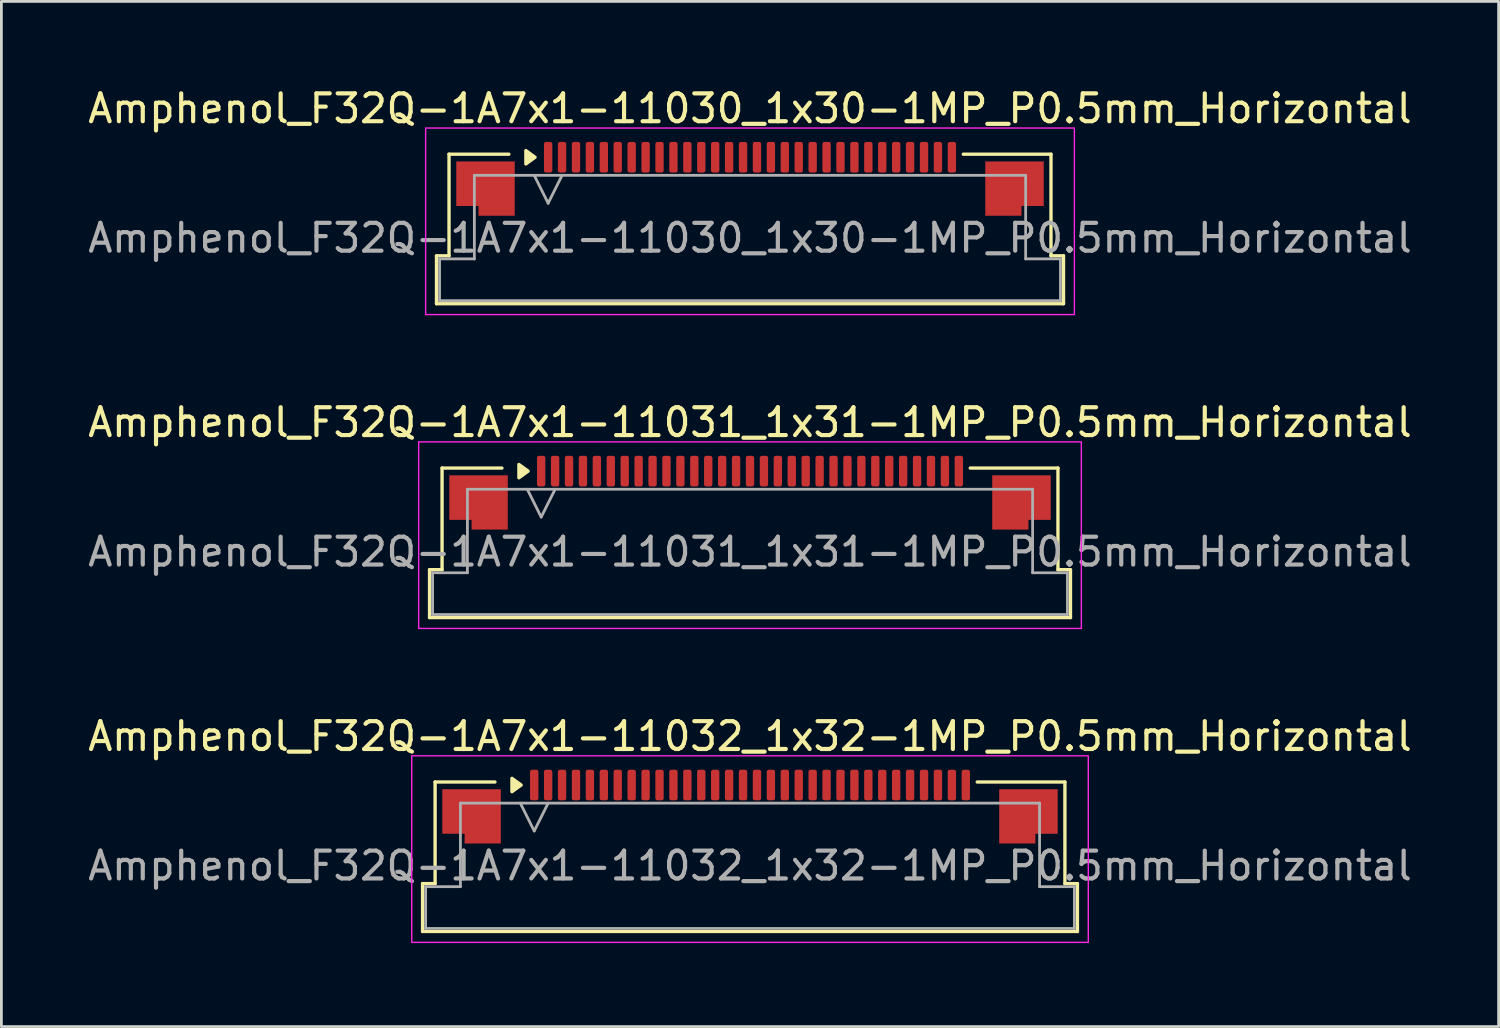
<source format=kicad_pcb>
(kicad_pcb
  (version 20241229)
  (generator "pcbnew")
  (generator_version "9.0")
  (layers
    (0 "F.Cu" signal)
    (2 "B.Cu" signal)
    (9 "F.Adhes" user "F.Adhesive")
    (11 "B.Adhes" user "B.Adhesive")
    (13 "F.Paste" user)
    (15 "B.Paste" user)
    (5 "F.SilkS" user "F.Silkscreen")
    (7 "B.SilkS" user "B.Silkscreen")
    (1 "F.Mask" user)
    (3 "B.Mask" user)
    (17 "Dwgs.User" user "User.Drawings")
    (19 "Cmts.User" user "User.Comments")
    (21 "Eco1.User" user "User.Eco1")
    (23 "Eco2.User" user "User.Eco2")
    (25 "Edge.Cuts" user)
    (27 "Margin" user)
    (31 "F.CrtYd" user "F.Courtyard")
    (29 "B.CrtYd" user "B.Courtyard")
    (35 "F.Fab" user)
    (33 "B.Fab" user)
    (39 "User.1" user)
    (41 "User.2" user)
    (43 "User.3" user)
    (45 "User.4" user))
  (footprint "Amphenol_F32Q-1A7x1-11032_1x32-1MP_P0.5mm_Horizontal"
    (layer "F.Cu")
    (at 23.887 28.045)
    (property "Reference" "Amphenol_F32Q-1A7x1-11032_1x32-1MP_P0.5mm_Horizontal" (at 0 -4.65 0) (layer "F.SilkS") (effects (font (size 1 1) (thickness 0.15))))
    (attr smd)
    (fp_line (start -11.76 0.64) (end -11.31 0.64) (stroke (width 0.12) (type solid)) (layer "F.SilkS"))
    (fp_line (start -11.76 2.36) (end -11.76 0.64) (stroke (width 0.12) (type solid)) (layer "F.SilkS"))
    (fp_line (start -11.31 -3.01) (end -9.16 -3.01) (stroke (width 0.12) (type solid)) (layer "F.SilkS"))
    (fp_line (start -11.31 0.64) (end -11.31 -3.01) (stroke (width 0.12) (type solid)) (layer "F.SilkS"))
    (fp_line (start 8.16 -3.01) (end 11.31 -3.01) (stroke (width 0.12) (type solid)) (layer "F.SilkS"))
    (fp_line (start 11.31 -3.01) (end 11.31 0.64) (stroke (width 0.12) (type solid)) (layer "F.SilkS"))
    (fp_line (start 11.31 0.64) (end 11.76 0.64) (stroke (width 0.12) (type solid)) (layer "F.SilkS"))
    (fp_line (start 11.76 0.64) (end 11.76 2.36) (stroke (width 0.12) (type solid)) (layer "F.SilkS"))
    (fp_line (start 11.76 2.36) (end -11.76 2.36) (stroke (width 0.12) (type solid)) (layer "F.SilkS"))
    (fp_poly (pts (xy -8.22 -2.9) (xy -8.55 -2.66) (xy -8.55 -3.14)) (stroke (width 0.12) (type solid)) (fill yes) (layer "F.SilkS"))
    (fp_rect (start -12.15 -3.95) (end 12.15 2.75) (stroke (width 0.05) (type solid)) (fill no) (layer "F.CrtYd"))
    (fp_line (start -11.65 0.75) (end -10.4 0.75) (stroke (width 0.1) (type solid)) (layer "F.Fab"))
    (fp_line (start -11.65 2.25) (end -11.65 0.75) (stroke (width 0.1) (type solid)) (layer "F.Fab"))
    (fp_line (start -10.4 -2.25) (end 10.4 -2.25) (stroke (width 0.1) (type solid)) (layer "F.Fab"))
    (fp_line (start -10.4 0.75) (end -10.4 -2.25) (stroke (width 0.1) (type solid)) (layer "F.Fab"))
    (fp_line (start -8.25 -2.25) (end -7.75 -1.25) (stroke (width 0.1) (type solid)) (layer "F.Fab"))
    (fp_line (start -7.75 -1.25) (end -7.25 -2.25) (stroke (width 0.1) (type solid)) (layer "F.Fab"))
    (fp_line (start 10.4 -2.25) (end 10.4 0.75) (stroke (width 0.1) (type solid)) (layer "F.Fab"))
    (fp_line (start 10.4 0.75) (end 11.65 0.75) (stroke (width 0.1) (type solid)) (layer "F.Fab"))
    (fp_line (start 11.65 0.75) (end 11.65 2.25) (stroke (width 0.1) (type solid)) (layer "F.Fab"))
    (fp_line (start 11.65 2.25) (end -11.65 2.25) (stroke (width 0.1) (type solid)) (layer "F.Fab"))
    (fp_text user "${REFERENCE}" (at 0 0 0) (layer "F.Fab") (effects (font (size 1 1) (thickness 0.15))))
    (pad "1" smd roundrect (at -7.75 -2.9) (size 0.3 1.1) (layers "F.Cu" "F.Mask" "F.Paste") (roundrect_rratio 0.25))
    (pad "2" smd roundrect (at -7.25 -2.9) (size 0.3 1.1) (layers "F.Cu" "F.Mask" "F.Paste") (roundrect_rratio 0.25))
    (pad "3" smd roundrect (at -6.75 -2.9) (size 0.3 1.1) (layers "F.Cu" "F.Mask" "F.Paste") (roundrect_rratio 0.25))
    (pad "4" smd roundrect (at -6.25 -2.9) (size 0.3 1.1) (layers "F.Cu" "F.Mask" "F.Paste") (roundrect_rratio 0.25))
    (pad "5" smd roundrect (at -5.75 -2.9) (size 0.3 1.1) (layers "F.Cu" "F.Mask" "F.Paste") (roundrect_rratio 0.25))
    (pad "6" smd roundrect (at -5.25 -2.9) (size 0.3 1.1) (layers "F.Cu" "F.Mask" "F.Paste") (roundrect_rratio 0.25))
    (pad "7" smd roundrect (at -4.75 -2.9) (size 0.3 1.1) (layers "F.Cu" "F.Mask" "F.Paste") (roundrect_rratio 0.25))
    (pad "8" smd roundrect (at -4.25 -2.9) (size 0.3 1.1) (layers "F.Cu" "F.Mask" "F.Paste") (roundrect_rratio 0.25))
    (pad "9" smd roundrect (at -3.75 -2.9) (size 0.3 1.1) (layers "F.Cu" "F.Mask" "F.Paste") (roundrect_rratio 0.25))
    (pad "10" smd roundrect (at -3.25 -2.9) (size 0.3 1.1) (layers "F.Cu" "F.Mask" "F.Paste") (roundrect_rratio 0.25))
    (pad "11" smd roundrect (at -2.75 -2.9) (size 0.3 1.1) (layers "F.Cu" "F.Mask" "F.Paste") (roundrect_rratio 0.25))
    (pad "12" smd roundrect (at -2.25 -2.9) (size 0.3 1.1) (layers "F.Cu" "F.Mask" "F.Paste") (roundrect_rratio 0.25))
    (pad "13" smd roundrect (at -1.75 -2.9) (size 0.3 1.1) (layers "F.Cu" "F.Mask" "F.Paste") (roundrect_rratio 0.25))
    (pad "14" smd roundrect (at -1.25 -2.9) (size 0.3 1.1) (layers "F.Cu" "F.Mask" "F.Paste") (roundrect_rratio 0.25))
    (pad "15" smd roundrect (at -0.75 -2.9) (size 0.3 1.1) (layers "F.Cu" "F.Mask" "F.Paste") (roundrect_rratio 0.25))
    (pad "16" smd roundrect (at -0.25 -2.9) (size 0.3 1.1) (layers "F.Cu" "F.Mask" "F.Paste") (roundrect_rratio 0.25))
    (pad "17" smd roundrect (at 0.25 -2.9) (size 0.3 1.1) (layers "F.Cu" "F.Mask" "F.Paste") (roundrect_rratio 0.25))
    (pad "18" smd roundrect (at 0.75 -2.9) (size 0.3 1.1) (layers "F.Cu" "F.Mask" "F.Paste") (roundrect_rratio 0.25))
    (pad "19" smd roundrect (at 1.25 -2.9) (size 0.3 1.1) (layers "F.Cu" "F.Mask" "F.Paste") (roundrect_rratio 0.25))
    (pad "20" smd roundrect (at 1.75 -2.9) (size 0.3 1.1) (layers "F.Cu" "F.Mask" "F.Paste") (roundrect_rratio 0.25))
    (pad "21" smd roundrect (at 2.25 -2.9) (size 0.3 1.1) (layers "F.Cu" "F.Mask" "F.Paste") (roundrect_rratio 0.25))
    (pad "22" smd roundrect (at 2.75 -2.9) (size 0.3 1.1) (layers "F.Cu" "F.Mask" "F.Paste") (roundrect_rratio 0.25))
    (pad "23" smd roundrect (at 3.25 -2.9) (size 0.3 1.1) (layers "F.Cu" "F.Mask" "F.Paste") (roundrect_rratio 0.25))
    (pad "24" smd roundrect (at 3.75 -2.9) (size 0.3 1.1) (layers "F.Cu" "F.Mask" "F.Paste") (roundrect_rratio 0.25))
    (pad "25" smd roundrect (at 4.25 -2.9) (size 0.3 1.1) (layers "F.Cu" "F.Mask" "F.Paste") (roundrect_rratio 0.25))
    (pad "26" smd roundrect (at 4.75 -2.9) (size 0.3 1.1) (layers "F.Cu" "F.Mask" "F.Paste") (roundrect_rratio 0.25))
    (pad "27" smd roundrect (at 5.25 -2.9) (size 0.3 1.1) (layers "F.Cu" "F.Mask" "F.Paste") (roundrect_rratio 0.25))
    (pad "28" smd roundrect (at 5.75 -2.9) (size 0.3 1.1) (layers "F.Cu" "F.Mask" "F.Paste") (roundrect_rratio 0.25))
    (pad "29" smd roundrect (at 6.25 -2.9) (size 0.3 1.1) (layers "F.Cu" "F.Mask" "F.Paste") (roundrect_rratio 0.25))
    (pad "30" smd roundrect (at 6.75 -2.9) (size 0.3 1.1) (layers "F.Cu" "F.Mask" "F.Paste") (roundrect_rratio 0.25))
    (pad "31" smd roundrect (at 7.25 -2.9) (size 0.3 1.1) (layers "F.Cu" "F.Mask" "F.Paste") (roundrect_rratio 0.25))
    (pad "32" smd roundrect (at 7.75 -2.9) (size 0.3 1.1) (layers "F.Cu" "F.Mask" "F.Paste") (roundrect_rratio 0.25))
    (pad "MP" smd custom (at -10 -1.775) (size 1 1) (layers "F.Cu" "F.Mask" "F.Paste") (options (anchor circle)) (primitives (gr_poly (pts (xy 1.05 -0.975) (xy 1.05 0.975) (xy -0.25 0.975) (xy -0.25 0.625) (xy -1.05 0.625) (xy -1.05 -0.975)) (width 0) (fill yes))))
    (pad "MP" smd custom (at 10 -1.775) (size 1 1) (layers "F.Cu" "F.Mask" "F.Paste") (options (anchor circle)) (primitives (gr_poly (pts (xy -1.05 -0.975) (xy -1.05 0.975) (xy 0.25 0.975) (xy 0.25 0.625) (xy 1.05 0.625) (xy 1.05 -0.975)) (width 0) (fill yes)))))
  (footprint "Amphenol_F32Q-1A7x1-11031_1x31-1MP_P0.5mm_Horizontal"
    (layer "F.Cu")
    (at 23.887 16.771)
    (property "Reference" "Amphenol_F32Q-1A7x1-11031_1x31-1MP_P0.5mm_Horizontal" (at 0 -4.65 0) (layer "F.SilkS") (effects (font (size 1 1) (thickness 0.15))))
    (attr smd)
    (fp_line (start -11.51 0.64) (end -11.06 0.64) (stroke (width 0.12) (type solid)) (layer "F.SilkS"))
    (fp_line (start -11.51 2.36) (end -11.51 0.64) (stroke (width 0.12) (type solid)) (layer "F.SilkS"))
    (fp_line (start -11.06 -3.01) (end -8.91 -3.01) (stroke (width 0.12) (type solid)) (layer "F.SilkS"))
    (fp_line (start -11.06 0.64) (end -11.06 -3.01) (stroke (width 0.12) (type solid)) (layer "F.SilkS"))
    (fp_line (start 7.91 -3.01) (end 11.06 -3.01) (stroke (width 0.12) (type solid)) (layer "F.SilkS"))
    (fp_line (start 11.06 -3.01) (end 11.06 0.64) (stroke (width 0.12) (type solid)) (layer "F.SilkS"))
    (fp_line (start 11.06 0.64) (end 11.51 0.64) (stroke (width 0.12) (type solid)) (layer "F.SilkS"))
    (fp_line (start 11.51 0.64) (end 11.51 2.36) (stroke (width 0.12) (type solid)) (layer "F.SilkS"))
    (fp_line (start 11.51 2.36) (end -11.51 2.36) (stroke (width 0.12) (type solid)) (layer "F.SilkS"))
    (fp_poly (pts (xy -7.97 -2.9) (xy -8.3 -2.66) (xy -8.3 -3.14)) (stroke (width 0.12) (type solid)) (fill yes) (layer "F.SilkS"))
    (fp_rect (start -11.9 -3.95) (end 11.9 2.75) (stroke (width 0.05) (type solid)) (fill no) (layer "F.CrtYd"))
    (fp_line (start -11.4 0.75) (end -10.15 0.75) (stroke (width 0.1) (type solid)) (layer "F.Fab"))
    (fp_line (start -11.4 2.25) (end -11.4 0.75) (stroke (width 0.1) (type solid)) (layer "F.Fab"))
    (fp_line (start -10.15 -2.25) (end 10.15 -2.25) (stroke (width 0.1) (type solid)) (layer "F.Fab"))
    (fp_line (start -10.15 0.75) (end -10.15 -2.25) (stroke (width 0.1) (type solid)) (layer "F.Fab"))
    (fp_line (start -8 -2.25) (end -7.5 -1.25) (stroke (width 0.1) (type solid)) (layer "F.Fab"))
    (fp_line (start -7.5 -1.25) (end -7 -2.25) (stroke (width 0.1) (type solid)) (layer "F.Fab"))
    (fp_line (start 10.15 -2.25) (end 10.15 0.75) (stroke (width 0.1) (type solid)) (layer "F.Fab"))
    (fp_line (start 10.15 0.75) (end 11.4 0.75) (stroke (width 0.1) (type solid)) (layer "F.Fab"))
    (fp_line (start 11.4 0.75) (end 11.4 2.25) (stroke (width 0.1) (type solid)) (layer "F.Fab"))
    (fp_line (start 11.4 2.25) (end -11.4 2.25) (stroke (width 0.1) (type solid)) (layer "F.Fab"))
    (fp_text user "${REFERENCE}" (at 0 0 0) (layer "F.Fab") (effects (font (size 1 1) (thickness 0.15))))
    (pad "1" smd roundrect (at -7.5 -2.9) (size 0.3 1.1) (layers "F.Cu" "F.Mask" "F.Paste") (roundrect_rratio 0.25))
    (pad "2" smd roundrect (at -7 -2.9) (size 0.3 1.1) (layers "F.Cu" "F.Mask" "F.Paste") (roundrect_rratio 0.25))
    (pad "3" smd roundrect (at -6.5 -2.9) (size 0.3 1.1) (layers "F.Cu" "F.Mask" "F.Paste") (roundrect_rratio 0.25))
    (pad "4" smd roundrect (at -6 -2.9) (size 0.3 1.1) (layers "F.Cu" "F.Mask" "F.Paste") (roundrect_rratio 0.25))
    (pad "5" smd roundrect (at -5.5 -2.9) (size 0.3 1.1) (layers "F.Cu" "F.Mask" "F.Paste") (roundrect_rratio 0.25))
    (pad "6" smd roundrect (at -5 -2.9) (size 0.3 1.1) (layers "F.Cu" "F.Mask" "F.Paste") (roundrect_rratio 0.25))
    (pad "7" smd roundrect (at -4.5 -2.9) (size 0.3 1.1) (layers "F.Cu" "F.Mask" "F.Paste") (roundrect_rratio 0.25))
    (pad "8" smd roundrect (at -4 -2.9) (size 0.3 1.1) (layers "F.Cu" "F.Mask" "F.Paste") (roundrect_rratio 0.25))
    (pad "9" smd roundrect (at -3.5 -2.9) (size 0.3 1.1) (layers "F.Cu" "F.Mask" "F.Paste") (roundrect_rratio 0.25))
    (pad "10" smd roundrect (at -3 -2.9) (size 0.3 1.1) (layers "F.Cu" "F.Mask" "F.Paste") (roundrect_rratio 0.25))
    (pad "11" smd roundrect (at -2.5 -2.9) (size 0.3 1.1) (layers "F.Cu" "F.Mask" "F.Paste") (roundrect_rratio 0.25))
    (pad "12" smd roundrect (at -2 -2.9) (size 0.3 1.1) (layers "F.Cu" "F.Mask" "F.Paste") (roundrect_rratio 0.25))
    (pad "13" smd roundrect (at -1.5 -2.9) (size 0.3 1.1) (layers "F.Cu" "F.Mask" "F.Paste") (roundrect_rratio 0.25))
    (pad "14" smd roundrect (at -1 -2.9) (size 0.3 1.1) (layers "F.Cu" "F.Mask" "F.Paste") (roundrect_rratio 0.25))
    (pad "15" smd roundrect (at -0.5 -2.9) (size 0.3 1.1) (layers "F.Cu" "F.Mask" "F.Paste") (roundrect_rratio 0.25))
    (pad "16" smd roundrect (at 0 -2.9) (size 0.3 1.1) (layers "F.Cu" "F.Mask" "F.Paste") (roundrect_rratio 0.25))
    (pad "17" smd roundrect (at 0.5 -2.9) (size 0.3 1.1) (layers "F.Cu" "F.Mask" "F.Paste") (roundrect_rratio 0.25))
    (pad "18" smd roundrect (at 1 -2.9) (size 0.3 1.1) (layers "F.Cu" "F.Mask" "F.Paste") (roundrect_rratio 0.25))
    (pad "19" smd roundrect (at 1.5 -2.9) (size 0.3 1.1) (layers "F.Cu" "F.Mask" "F.Paste") (roundrect_rratio 0.25))
    (pad "20" smd roundrect (at 2 -2.9) (size 0.3 1.1) (layers "F.Cu" "F.Mask" "F.Paste") (roundrect_rratio 0.25))
    (pad "21" smd roundrect (at 2.5 -2.9) (size 0.3 1.1) (layers "F.Cu" "F.Mask" "F.Paste") (roundrect_rratio 0.25))
    (pad "22" smd roundrect (at 3 -2.9) (size 0.3 1.1) (layers "F.Cu" "F.Mask" "F.Paste") (roundrect_rratio 0.25))
    (pad "23" smd roundrect (at 3.5 -2.9) (size 0.3 1.1) (layers "F.Cu" "F.Mask" "F.Paste") (roundrect_rratio 0.25))
    (pad "24" smd roundrect (at 4 -2.9) (size 0.3 1.1) (layers "F.Cu" "F.Mask" "F.Paste") (roundrect_rratio 0.25))
    (pad "25" smd roundrect (at 4.5 -2.9) (size 0.3 1.1) (layers "F.Cu" "F.Mask" "F.Paste") (roundrect_rratio 0.25))
    (pad "26" smd roundrect (at 5 -2.9) (size 0.3 1.1) (layers "F.Cu" "F.Mask" "F.Paste") (roundrect_rratio 0.25))
    (pad "27" smd roundrect (at 5.5 -2.9) (size 0.3 1.1) (layers "F.Cu" "F.Mask" "F.Paste") (roundrect_rratio 0.25))
    (pad "28" smd roundrect (at 6 -2.9) (size 0.3 1.1) (layers "F.Cu" "F.Mask" "F.Paste") (roundrect_rratio 0.25))
    (pad "29" smd roundrect (at 6.5 -2.9) (size 0.3 1.1) (layers "F.Cu" "F.Mask" "F.Paste") (roundrect_rratio 0.25))
    (pad "30" smd roundrect (at 7 -2.9) (size 0.3 1.1) (layers "F.Cu" "F.Mask" "F.Paste") (roundrect_rratio 0.25))
    (pad "31" smd roundrect (at 7.5 -2.9) (size 0.3 1.1) (layers "F.Cu" "F.Mask" "F.Paste") (roundrect_rratio 0.25))
    (pad "MP" smd custom (at -9.75 -1.775) (size 1 1) (layers "F.Cu" "F.Mask" "F.Paste") (options (anchor circle)) (primitives (gr_poly (pts (xy 1.05 -0.975) (xy 1.05 0.975) (xy -0.25 0.975) (xy -0.25 0.625) (xy -1.05 0.625) (xy -1.05 -0.975)) (width 0) (fill yes))))
    (pad "MP" smd custom (at 9.75 -1.775) (size 1 1) (layers "F.Cu" "F.Mask" "F.Paste") (options (anchor circle)) (primitives (gr_poly (pts (xy -1.05 -0.975) (xy -1.05 0.975) (xy 0.25 0.975) (xy 0.25 0.625) (xy 1.05 0.625) (xy 1.05 -0.975)) (width 0) (fill yes)))))
  (footprint "Amphenol_F32Q-1A7x1-11030_1x30-1MP_P0.5mm_Horizontal"
    (layer "F.Cu")
    (at 23.887 5.498)
    (property "Reference" "Amphenol_F32Q-1A7x1-11030_1x30-1MP_P0.5mm_Horizontal" (at 0 -4.65 0) (layer "F.SilkS") (effects (font (size 1 1) (thickness 0.15))))
    (attr smd)
    (fp_line (start -11.26 0.64) (end -10.81 0.64) (stroke (width 0.12) (type solid)) (layer "F.SilkS"))
    (fp_line (start -11.26 2.36) (end -11.26 0.64) (stroke (width 0.12) (type solid)) (layer "F.SilkS"))
    (fp_line (start -10.81 -3.01) (end -8.66 -3.01) (stroke (width 0.12) (type solid)) (layer "F.SilkS"))
    (fp_line (start -10.81 0.64) (end -10.81 -3.01) (stroke (width 0.12) (type solid)) (layer "F.SilkS"))
    (fp_line (start 7.66 -3.01) (end 10.81 -3.01) (stroke (width 0.12) (type solid)) (layer "F.SilkS"))
    (fp_line (start 10.81 -3.01) (end 10.81 0.64) (stroke (width 0.12) (type solid)) (layer "F.SilkS"))
    (fp_line (start 10.81 0.64) (end 11.26 0.64) (stroke (width 0.12) (type solid)) (layer "F.SilkS"))
    (fp_line (start 11.26 0.64) (end 11.26 2.36) (stroke (width 0.12) (type solid)) (layer "F.SilkS"))
    (fp_line (start 11.26 2.36) (end -11.26 2.36) (stroke (width 0.12) (type solid)) (layer "F.SilkS"))
    (fp_poly (pts (xy -7.72 -2.9) (xy -8.05 -2.66) (xy -8.05 -3.14)) (stroke (width 0.12) (type solid)) (fill yes) (layer "F.SilkS"))
    (fp_rect (start -11.65 -3.95) (end 11.65 2.75) (stroke (width 0.05) (type solid)) (fill no) (layer "F.CrtYd"))
    (fp_line (start -11.15 0.75) (end -9.9 0.75) (stroke (width 0.1) (type solid)) (layer "F.Fab"))
    (fp_line (start -11.15 2.25) (end -11.15 0.75) (stroke (width 0.1) (type solid)) (layer "F.Fab"))
    (fp_line (start -9.9 -2.25) (end 9.9 -2.25) (stroke (width 0.1) (type solid)) (layer "F.Fab"))
    (fp_line (start -9.9 0.75) (end -9.9 -2.25) (stroke (width 0.1) (type solid)) (layer "F.Fab"))
    (fp_line (start -7.75 -2.25) (end -7.25 -1.25) (stroke (width 0.1) (type solid)) (layer "F.Fab"))
    (fp_line (start -7.25 -1.25) (end -6.75 -2.25) (stroke (width 0.1) (type solid)) (layer "F.Fab"))
    (fp_line (start 9.9 -2.25) (end 9.9 0.75) (stroke (width 0.1) (type solid)) (layer "F.Fab"))
    (fp_line (start 9.9 0.75) (end 11.15 0.75) (stroke (width 0.1) (type solid)) (layer "F.Fab"))
    (fp_line (start 11.15 0.75) (end 11.15 2.25) (stroke (width 0.1) (type solid)) (layer "F.Fab"))
    (fp_line (start 11.15 2.25) (end -11.15 2.25) (stroke (width 0.1) (type solid)) (layer "F.Fab"))
    (fp_text user "${REFERENCE}" (at 0 0 0) (layer "F.Fab") (effects (font (size 1 1) (thickness 0.15))))
    (pad "1" smd roundrect (at -7.25 -2.9) (size 0.3 1.1) (layers "F.Cu" "F.Mask" "F.Paste") (roundrect_rratio 0.25))
    (pad "2" smd roundrect (at -6.75 -2.9) (size 0.3 1.1) (layers "F.Cu" "F.Mask" "F.Paste") (roundrect_rratio 0.25))
    (pad "3" smd roundrect (at -6.25 -2.9) (size 0.3 1.1) (layers "F.Cu" "F.Mask" "F.Paste") (roundrect_rratio 0.25))
    (pad "4" smd roundrect (at -5.75 -2.9) (size 0.3 1.1) (layers "F.Cu" "F.Mask" "F.Paste") (roundrect_rratio 0.25))
    (pad "5" smd roundrect (at -5.25 -2.9) (size 0.3 1.1) (layers "F.Cu" "F.Mask" "F.Paste") (roundrect_rratio 0.25))
    (pad "6" smd roundrect (at -4.75 -2.9) (size 0.3 1.1) (layers "F.Cu" "F.Mask" "F.Paste") (roundrect_rratio 0.25))
    (pad "7" smd roundrect (at -4.25 -2.9) (size 0.3 1.1) (layers "F.Cu" "F.Mask" "F.Paste") (roundrect_rratio 0.25))
    (pad "8" smd roundrect (at -3.75 -2.9) (size 0.3 1.1) (layers "F.Cu" "F.Mask" "F.Paste") (roundrect_rratio 0.25))
    (pad "9" smd roundrect (at -3.25 -2.9) (size 0.3 1.1) (layers "F.Cu" "F.Mask" "F.Paste") (roundrect_rratio 0.25))
    (pad "10" smd roundrect (at -2.75 -2.9) (size 0.3 1.1) (layers "F.Cu" "F.Mask" "F.Paste") (roundrect_rratio 0.25))
    (pad "11" smd roundrect (at -2.25 -2.9) (size 0.3 1.1) (layers "F.Cu" "F.Mask" "F.Paste") (roundrect_rratio 0.25))
    (pad "12" smd roundrect (at -1.75 -2.9) (size 0.3 1.1) (layers "F.Cu" "F.Mask" "F.Paste") (roundrect_rratio 0.25))
    (pad "13" smd roundrect (at -1.25 -2.9) (size 0.3 1.1) (layers "F.Cu" "F.Mask" "F.Paste") (roundrect_rratio 0.25))
    (pad "14" smd roundrect (at -0.75 -2.9) (size 0.3 1.1) (layers "F.Cu" "F.Mask" "F.Paste") (roundrect_rratio 0.25))
    (pad "15" smd roundrect (at -0.25 -2.9) (size 0.3 1.1) (layers "F.Cu" "F.Mask" "F.Paste") (roundrect_rratio 0.25))
    (pad "16" smd roundrect (at 0.25 -2.9) (size 0.3 1.1) (layers "F.Cu" "F.Mask" "F.Paste") (roundrect_rratio 0.25))
    (pad "17" smd roundrect (at 0.75 -2.9) (size 0.3 1.1) (layers "F.Cu" "F.Mask" "F.Paste") (roundrect_rratio 0.25))
    (pad "18" smd roundrect (at 1.25 -2.9) (size 0.3 1.1) (layers "F.Cu" "F.Mask" "F.Paste") (roundrect_rratio 0.25))
    (pad "19" smd roundrect (at 1.75 -2.9) (size 0.3 1.1) (layers "F.Cu" "F.Mask" "F.Paste") (roundrect_rratio 0.25))
    (pad "20" smd roundrect (at 2.25 -2.9) (size 0.3 1.1) (layers "F.Cu" "F.Mask" "F.Paste") (roundrect_rratio 0.25))
    (pad "21" smd roundrect (at 2.75 -2.9) (size 0.3 1.1) (layers "F.Cu" "F.Mask" "F.Paste") (roundrect_rratio 0.25))
    (pad "22" smd roundrect (at 3.25 -2.9) (size 0.3 1.1) (layers "F.Cu" "F.Mask" "F.Paste") (roundrect_rratio 0.25))
    (pad "23" smd roundrect (at 3.75 -2.9) (size 0.3 1.1) (layers "F.Cu" "F.Mask" "F.Paste") (roundrect_rratio 0.25))
    (pad "24" smd roundrect (at 4.25 -2.9) (size 0.3 1.1) (layers "F.Cu" "F.Mask" "F.Paste") (roundrect_rratio 0.25))
    (pad "25" smd roundrect (at 4.75 -2.9) (size 0.3 1.1) (layers "F.Cu" "F.Mask" "F.Paste") (roundrect_rratio 0.25))
    (pad "26" smd roundrect (at 5.25 -2.9) (size 0.3 1.1) (layers "F.Cu" "F.Mask" "F.Paste") (roundrect_rratio 0.25))
    (pad "27" smd roundrect (at 5.75 -2.9) (size 0.3 1.1) (layers "F.Cu" "F.Mask" "F.Paste") (roundrect_rratio 0.25))
    (pad "28" smd roundrect (at 6.25 -2.9) (size 0.3 1.1) (layers "F.Cu" "F.Mask" "F.Paste") (roundrect_rratio 0.25))
    (pad "29" smd roundrect (at 6.75 -2.9) (size 0.3 1.1) (layers "F.Cu" "F.Mask" "F.Paste") (roundrect_rratio 0.25))
    (pad "30" smd roundrect (at 7.25 -2.9) (size 0.3 1.1) (layers "F.Cu" "F.Mask" "F.Paste") (roundrect_rratio 0.25))
    (pad "MP" smd custom (at -9.5 -1.775) (size 1 1) (layers "F.Cu" "F.Mask" "F.Paste") (options (anchor circle)) (primitives (gr_poly (pts (xy 1.05 -0.975) (xy 1.05 0.975) (xy -0.25 0.975) (xy -0.25 0.625) (xy -1.05 0.625) (xy -1.05 -0.975)) (width 0) (fill yes))))
    (pad "MP" smd custom (at 9.5 -1.775) (size 1 1) (layers "F.Cu" "F.Mask" "F.Paste") (options (anchor circle)) (primitives (gr_poly (pts (xy -1.05 -0.975) (xy -1.05 0.975) (xy 0.25 0.975) (xy 0.25 0.625) (xy 1.05 0.625) (xy 1.05 -0.975)) (width 0) (fill yes)))))
  (gr_rect
    (start -3 -3)
    (end 50.774 33.82)
    (stroke (width 0.1) (type default))
    (fill no)
    (layer "Edge.Cuts")))
</source>
